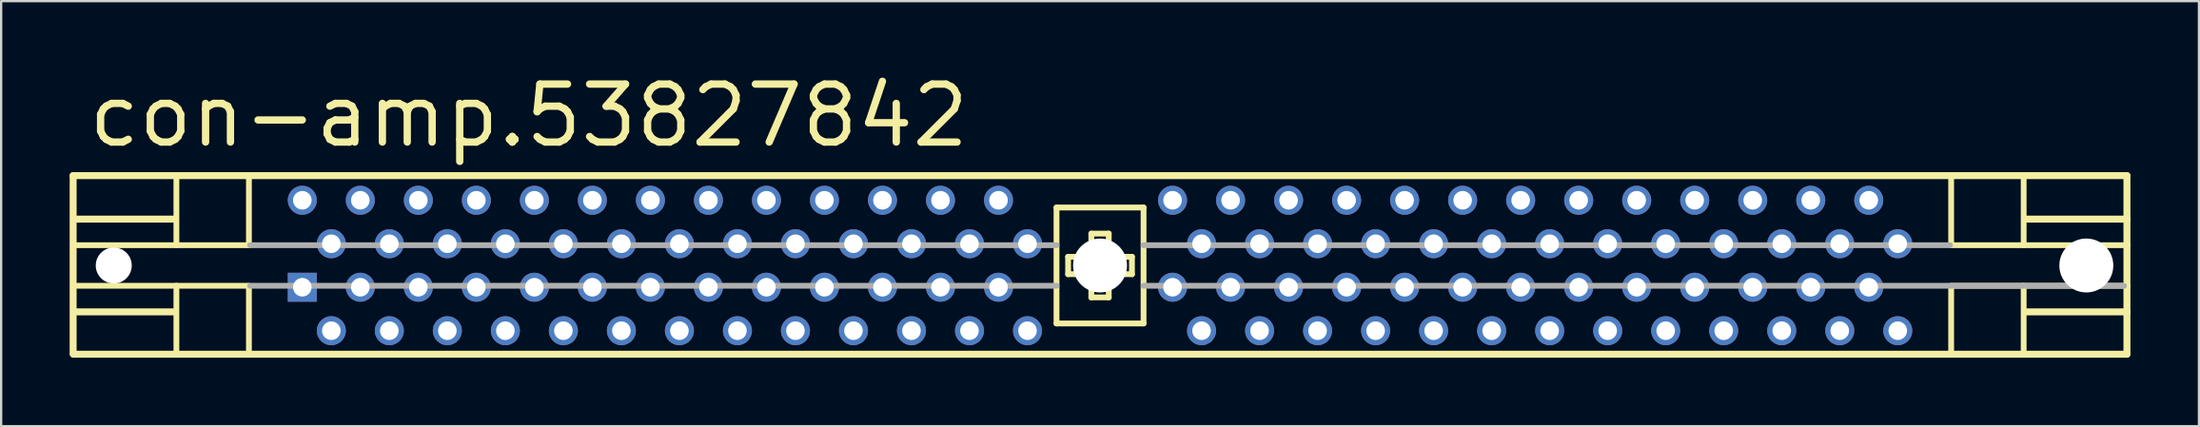
<source format=kicad_pcb>
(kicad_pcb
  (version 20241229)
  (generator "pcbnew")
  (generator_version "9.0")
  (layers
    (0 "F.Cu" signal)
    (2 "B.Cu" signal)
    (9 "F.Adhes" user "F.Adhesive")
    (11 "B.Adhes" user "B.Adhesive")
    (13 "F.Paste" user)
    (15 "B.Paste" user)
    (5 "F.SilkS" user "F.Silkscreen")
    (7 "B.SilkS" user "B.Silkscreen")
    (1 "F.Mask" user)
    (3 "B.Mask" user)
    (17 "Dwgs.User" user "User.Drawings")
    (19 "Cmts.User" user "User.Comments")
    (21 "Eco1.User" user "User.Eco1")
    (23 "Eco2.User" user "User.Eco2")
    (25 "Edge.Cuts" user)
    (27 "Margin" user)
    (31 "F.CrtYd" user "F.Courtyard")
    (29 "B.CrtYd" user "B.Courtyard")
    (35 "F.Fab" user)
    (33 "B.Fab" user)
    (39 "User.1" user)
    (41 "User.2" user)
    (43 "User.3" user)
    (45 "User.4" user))
  (footprint "con-amp.53827842"
    (layer "F.Cu")
    (at 45.11 8.58)
    (property "Reference" "con-amp.53827842" (at -44.45 -5.08 0) (layer "F.SilkS") (effects (font (size 2.54 2.54) (thickness 0.32)) (justify left bottom)))
    (attr through_hole)
    (fp_line (start -44.958 -3.937) (end -44.958 3.81) (stroke (width 0.305) (type default)) (layer "F.SilkS"))
    (fp_line (start -44.958 -3.937) (end 44.958 -3.937) (stroke (width 0.305) (type default)) (layer "F.SilkS"))
    (fp_line (start -44.958 -0.889) (end -37.338 -0.889) (stroke (width 0.254) (type default)) (layer "F.SilkS"))
    (fp_line (start -44.958 0.889) (end -37.338 0.889) (stroke (width 0.254) (type default)) (layer "F.SilkS"))
    (fp_line (start -44.831 -2.032) (end -40.513 -2.032) (stroke (width 0.305) (type default)) (layer "F.SilkS"))
    (fp_line (start -44.831 2.032) (end -40.513 2.032) (stroke (width 0.305) (type default)) (layer "F.SilkS"))
    (fp_line (start -40.437 -3.861) (end -40.437 -0.889) (stroke (width 0.254) (type default)) (layer "F.SilkS"))
    (fp_line (start -40.437 0.889) (end -40.437 3.81) (stroke (width 0.254) (type default)) (layer "F.SilkS"))
    (fp_line (start -37.262 -3.861) (end -37.262 -0.889) (stroke (width 0.254) (type default)) (layer "F.SilkS"))
    (fp_line (start -37.262 0.889) (end -37.262 3.81) (stroke (width 0.254) (type default)) (layer "F.SilkS"))
    (fp_line (start -1.905 -2.54) (end -1.905 2.54) (stroke (width 0.254) (type default)) (layer "F.SilkS"))
    (fp_line (start -1.905 2.54) (end 1.905 2.54) (stroke (width 0.254) (type default)) (layer "F.SilkS"))
    (fp_line (start -1.397 -0.381) (end -1.397 0.381) (stroke (width 0.254) (type default)) (layer "F.SilkS"))
    (fp_line (start -1.397 0.381) (end -0.381 0.381) (stroke (width 0.254) (type default)) (layer "F.SilkS"))
    (fp_line (start -0.381 -1.397) (end -0.381 -0.381) (stroke (width 0.254) (type default)) (layer "F.SilkS"))
    (fp_line (start -0.381 -0.381) (end -1.397 -0.381) (stroke (width 0.254) (type default)) (layer "F.SilkS"))
    (fp_line (start -0.381 0.381) (end -0.381 1.397) (stroke (width 0.254) (type default)) (layer "F.SilkS"))
    (fp_line (start -0.381 1.397) (end 0.381 1.397) (stroke (width 0.254) (type default)) (layer "F.SilkS"))
    (fp_line (start 0.381 -1.397) (end -0.381 -1.397) (stroke (width 0.254) (type default)) (layer "F.SilkS"))
    (fp_line (start 0.381 -0.381) (end 0.381 -1.397) (stroke (width 0.254) (type default)) (layer "F.SilkS"))
    (fp_line (start 0.381 0.381) (end 1.397 0.381) (stroke (width 0.254) (type default)) (layer "F.SilkS"))
    (fp_line (start 0.381 1.397) (end 0.381 0.381) (stroke (width 0.254) (type default)) (layer "F.SilkS"))
    (fp_line (start 1.397 -0.381) (end 0.381 -0.381) (stroke (width 0.254) (type default)) (layer "F.SilkS"))
    (fp_line (start 1.397 0.381) (end 1.397 -0.381) (stroke (width 0.254) (type default)) (layer "F.SilkS"))
    (fp_line (start 1.905 -2.54) (end -1.905 -2.54) (stroke (width 0.254) (type default)) (layer "F.SilkS"))
    (fp_line (start 1.905 2.54) (end 1.905 -2.54) (stroke (width 0.254) (type default)) (layer "F.SilkS"))
    (fp_line (start 37.262 -3.861) (end 37.262 -0.889) (stroke (width 0.254) (type default)) (layer "F.SilkS"))
    (fp_line (start 37.262 0.889) (end 37.262 3.81) (stroke (width 0.254) (type default)) (layer "F.SilkS"))
    (fp_line (start 40.437 -3.861) (end 40.437 -0.889) (stroke (width 0.254) (type default)) (layer "F.SilkS"))
    (fp_line (start 40.437 0.889) (end 40.437 3.81) (stroke (width 0.254) (type default)) (layer "F.SilkS"))
    (fp_line (start 44.958 -3.937) (end 44.958 -2.032) (stroke (width 0.305) (type default)) (layer "F.SilkS"))
    (fp_line (start 44.958 -2.032) (end 40.513 -2.032) (stroke (width 0.305) (type default)) (layer "F.SilkS"))
    (fp_line (start 44.958 -2.032) (end 44.958 -0.889) (stroke (width 0.305) (type default)) (layer "F.SilkS"))
    (fp_line (start 44.958 -0.889) (end 37.338 -0.889) (stroke (width 0.254) (type default)) (layer "F.SilkS"))
    (fp_line (start 44.958 -0.889) (end 44.958 0.889) (stroke (width 0.305) (type default)) (layer "F.SilkS"))
    (fp_line (start 44.958 0.889) (end 37.338 0.889) (stroke (width 0.254) (type default)) (layer "F.SilkS"))
    (fp_line (start 44.958 0.889) (end 44.958 2.032) (stroke (width 0.305) (type default)) (layer "F.SilkS"))
    (fp_line (start 44.958 2.032) (end 40.513 2.032) (stroke (width 0.305) (type default)) (layer "F.SilkS"))
    (fp_line (start 44.958 2.032) (end 44.958 3.886) (stroke (width 0.305) (type default)) (layer "F.SilkS"))
    (fp_line (start 44.958 3.886) (end -44.958 3.886) (stroke (width 0.305) (type default)) (layer "F.SilkS"))
    (fp_line (start -37.211 -0.889) (end -1.905 -0.889) (stroke (width 0.254) (type default)) (layer "F.Fab"))
    (fp_line (start -37.211 0.889) (end -1.905 0.889) (stroke (width 0.254) (type default)) (layer "F.Fab"))
    (fp_line (start 1.905 -0.889) (end 37.211 -0.889) (stroke (width 0.254) (type default)) (layer "F.Fab"))
    (fp_line (start 1.905 0.889) (end 44.831 0.889) (stroke (width 0.254) (type default)) (layer "F.Fab"))
    (pad "" np_thru_hole circle (at -43.18 0) (size 1.575 1.575) (drill 1.575) (layers "*.Cu" "*.Mask"))
    (pad "" np_thru_hole circle (at 0 0) (size 2.362 2.362) (drill 2.362) (layers "*.Cu" "*.Mask"))
    (pad "" np_thru_hole circle (at 43.18 0) (size 2.362 2.362) (drill 2.362) (layers "*.Cu" "*.Mask"))
    (pad "1" thru_hole rect (at -34.925 0.953) (size 1.27 1.27) (drill 0.813) (layers "*.Cu" "*.Mask"))
    (pad "2" thru_hole circle (at -33.655 2.857) (size 1.27 1.27) (drill 0.813) (layers "*.Cu" "*.Mask"))
    (pad "3" thru_hole circle (at -32.385 0.953) (size 1.27 1.27) (drill 0.813) (layers "*.Cu" "*.Mask"))
    (pad "4" thru_hole circle (at -31.115 2.857) (size 1.27 1.27) (drill 0.813) (layers "*.Cu" "*.Mask"))
    (pad "5" thru_hole circle (at -29.845 0.953) (size 1.27 1.27) (drill 0.813) (layers "*.Cu" "*.Mask"))
    (pad "6" thru_hole circle (at -28.575 2.857) (size 1.27 1.27) (drill 0.813) (layers "*.Cu" "*.Mask"))
    (pad "7" thru_hole circle (at -27.305 0.953) (size 1.27 1.27) (drill 0.813) (layers "*.Cu" "*.Mask"))
    (pad "8" thru_hole circle (at -26.035 2.857) (size 1.27 1.27) (drill 0.813) (layers "*.Cu" "*.Mask"))
    (pad "9" thru_hole circle (at -24.765 0.953) (size 1.27 1.27) (drill 0.813) (layers "*.Cu" "*.Mask"))
    (pad "10" thru_hole circle (at -23.495 2.857) (size 1.27 1.27) (drill 0.813) (layers "*.Cu" "*.Mask"))
    (pad "11" thru_hole circle (at -22.225 0.953) (size 1.27 1.27) (drill 0.813) (layers "*.Cu" "*.Mask"))
    (pad "12" thru_hole circle (at -20.955 2.857) (size 1.27 1.27) (drill 0.813) (layers "*.Cu" "*.Mask"))
    (pad "13" thru_hole circle (at -19.685 0.953) (size 1.27 1.27) (drill 0.813) (layers "*.Cu" "*.Mask"))
    (pad "14" thru_hole circle (at -18.415 2.857) (size 1.27 1.27) (drill 0.813) (layers "*.Cu" "*.Mask"))
    (pad "15" thru_hole circle (at -17.145 0.953) (size 1.27 1.27) (drill 0.813) (layers "*.Cu" "*.Mask"))
    (pad "16" thru_hole circle (at -15.875 2.857) (size 1.27 1.27) (drill 0.813) (layers "*.Cu" "*.Mask"))
    (pad "17" thru_hole circle (at -14.605 0.953) (size 1.27 1.27) (drill 0.813) (layers "*.Cu" "*.Mask"))
    (pad "18" thru_hole circle (at -13.335 2.857) (size 1.27 1.27) (drill 0.813) (layers "*.Cu" "*.Mask"))
    (pad "19" thru_hole circle (at -12.065 0.953) (size 1.27 1.27) (drill 0.813) (layers "*.Cu" "*.Mask"))
    (pad "20" thru_hole circle (at -10.795 2.857) (size 1.27 1.27) (drill 0.813) (layers "*.Cu" "*.Mask"))
    (pad "21" thru_hole circle (at -9.525 0.953) (size 1.27 1.27) (drill 0.813) (layers "*.Cu" "*.Mask"))
    (pad "22" thru_hole circle (at -8.255 2.857) (size 1.27 1.27) (drill 0.813) (layers "*.Cu" "*.Mask"))
    (pad "23" thru_hole circle (at -6.985 0.953) (size 1.27 1.27) (drill 0.813) (layers "*.Cu" "*.Mask"))
    (pad "24" thru_hole circle (at -5.715 2.857) (size 1.27 1.27) (drill 0.813) (layers "*.Cu" "*.Mask"))
    (pad "25" thru_hole circle (at -4.445 0.953) (size 1.27 1.27) (drill 0.813) (layers "*.Cu" "*.Mask"))
    (pad "26" thru_hole circle (at -3.175 2.857) (size 1.27 1.27) (drill 0.813) (layers "*.Cu" "*.Mask"))
    (pad "27" thru_hole circle (at 3.175 0.953) (size 1.27 1.27) (drill 0.813) (layers "*.Cu" "*.Mask"))
    (pad "28" thru_hole circle (at 4.445 2.857) (size 1.27 1.27) (drill 0.813) (layers "*.Cu" "*.Mask"))
    (pad "29" thru_hole circle (at 5.715 0.953) (size 1.27 1.27) (drill 0.813) (layers "*.Cu" "*.Mask"))
    (pad "30" thru_hole circle (at 6.985 2.857) (size 1.27 1.27) (drill 0.813) (layers "*.Cu" "*.Mask"))
    (pad "31" thru_hole circle (at 8.255 0.953) (size 1.27 1.27) (drill 0.813) (layers "*.Cu" "*.Mask"))
    (pad "32" thru_hole circle (at 9.525 2.857) (size 1.27 1.27) (drill 0.813) (layers "*.Cu" "*.Mask"))
    (pad "33" thru_hole circle (at 10.795 0.953) (size 1.27 1.27) (drill 0.813) (layers "*.Cu" "*.Mask"))
    (pad "34" thru_hole circle (at 12.065 2.857) (size 1.27 1.27) (drill 0.813) (layers "*.Cu" "*.Mask"))
    (pad "35" thru_hole circle (at 13.335 0.953) (size 1.27 1.27) (drill 0.813) (layers "*.Cu" "*.Mask"))
    (pad "36" thru_hole circle (at 14.605 2.857) (size 1.27 1.27) (drill 0.813) (layers "*.Cu" "*.Mask"))
    (pad "37" thru_hole circle (at 15.875 0.953) (size 1.27 1.27) (drill 0.813) (layers "*.Cu" "*.Mask"))
    (pad "38" thru_hole circle (at 17.145 2.857) (size 1.27 1.27) (drill 0.813) (layers "*.Cu" "*.Mask"))
    (pad "39" thru_hole circle (at 18.415 0.953) (size 1.27 1.27) (drill 0.813) (layers "*.Cu" "*.Mask"))
    (pad "40" thru_hole circle (at 19.685 2.857) (size 1.27 1.27) (drill 0.813) (layers "*.Cu" "*.Mask"))
    (pad "41" thru_hole circle (at 20.955 0.953) (size 1.27 1.27) (drill 0.813) (layers "*.Cu" "*.Mask"))
    (pad "42" thru_hole circle (at 22.225 2.857) (size 1.27 1.27) (drill 0.813) (layers "*.Cu" "*.Mask"))
    (pad "43" thru_hole circle (at 23.495 0.953) (size 1.27 1.27) (drill 0.813) (layers "*.Cu" "*.Mask"))
    (pad "44" thru_hole circle (at 24.765 2.857) (size 1.27 1.27) (drill 0.813) (layers "*.Cu" "*.Mask"))
    (pad "45" thru_hole circle (at 26.035 0.953) (size 1.27 1.27) (drill 0.813) (layers "*.Cu" "*.Mask"))
    (pad "46" thru_hole circle (at 27.305 2.857) (size 1.27 1.27) (drill 0.813) (layers "*.Cu" "*.Mask"))
    (pad "47" thru_hole circle (at 28.575 0.953) (size 1.27 1.27) (drill 0.813) (layers "*.Cu" "*.Mask"))
    (pad "48" thru_hole circle (at 29.845 2.857) (size 1.27 1.27) (drill 0.813) (layers "*.Cu" "*.Mask"))
    (pad "49" thru_hole circle (at 31.115 0.953) (size 1.27 1.27) (drill 0.813) (layers "*.Cu" "*.Mask"))
    (pad "50" thru_hole circle (at 32.385 2.857) (size 1.27 1.27) (drill 0.813) (layers "*.Cu" "*.Mask"))
    (pad "51" thru_hole circle (at 33.655 0.953) (size 1.27 1.27) (drill 0.813) (layers "*.Cu" "*.Mask"))
    (pad "52" thru_hole circle (at 34.925 2.857) (size 1.27 1.27) (drill 0.813) (layers "*.Cu" "*.Mask"))
    (pad "53" thru_hole circle (at -34.925 -2.857) (size 1.27 1.27) (drill 0.813) (layers "*.Cu" "*.Mask"))
    (pad "54" thru_hole circle (at -33.655 -0.953) (size 1.27 1.27) (drill 0.813) (layers "*.Cu" "*.Mask"))
    (pad "55" thru_hole circle (at -32.385 -2.857) (size 1.27 1.27) (drill 0.813) (layers "*.Cu" "*.Mask"))
    (pad "56" thru_hole circle (at -31.115 -0.953) (size 1.27 1.27) (drill 0.813) (layers "*.Cu" "*.Mask"))
    (pad "57" thru_hole circle (at -29.845 -2.857) (size 1.27 1.27) (drill 0.813) (layers "*.Cu" "*.Mask"))
    (pad "58" thru_hole circle (at -28.575 -0.953) (size 1.27 1.27) (drill 0.813) (layers "*.Cu" "*.Mask"))
    (pad "59" thru_hole circle (at -27.305 -2.857) (size 1.27 1.27) (drill 0.813) (layers "*.Cu" "*.Mask"))
    (pad "60" thru_hole circle (at -26.035 -0.953) (size 1.27 1.27) (drill 0.813) (layers "*.Cu" "*.Mask"))
    (pad "61" thru_hole circle (at -24.765 -2.857) (size 1.27 1.27) (drill 0.813) (layers "*.Cu" "*.Mask"))
    (pad "62" thru_hole circle (at -23.495 -0.953) (size 1.27 1.27) (drill 0.813) (layers "*.Cu" "*.Mask"))
    (pad "63" thru_hole circle (at -22.225 -2.857) (size 1.27 1.27) (drill 0.813) (layers "*.Cu" "*.Mask"))
    (pad "64" thru_hole circle (at -20.955 -0.953) (size 1.27 1.27) (drill 0.813) (layers "*.Cu" "*.Mask"))
    (pad "65" thru_hole circle (at -19.685 -2.857) (size 1.27 1.27) (drill 0.813) (layers "*.Cu" "*.Mask"))
    (pad "66" thru_hole circle (at -18.415 -0.953) (size 1.27 1.27) (drill 0.813) (layers "*.Cu" "*.Mask"))
    (pad "67" thru_hole circle (at -17.145 -2.857) (size 1.27 1.27) (drill 0.813) (layers "*.Cu" "*.Mask"))
    (pad "68" thru_hole circle (at -15.875 -0.953) (size 1.27 1.27) (drill 0.813) (layers "*.Cu" "*.Mask"))
    (pad "69" thru_hole circle (at -14.605 -2.857) (size 1.27 1.27) (drill 0.813) (layers "*.Cu" "*.Mask"))
    (pad "70" thru_hole circle (at -13.335 -0.953) (size 1.27 1.27) (drill 0.813) (layers "*.Cu" "*.Mask"))
    (pad "71" thru_hole circle (at -12.065 -2.857) (size 1.27 1.27) (drill 0.813) (layers "*.Cu" "*.Mask"))
    (pad "72" thru_hole circle (at -10.795 -0.953) (size 1.27 1.27) (drill 0.813) (layers "*.Cu" "*.Mask"))
    (pad "73" thru_hole circle (at -9.525 -2.857) (size 1.27 1.27) (drill 0.813) (layers "*.Cu" "*.Mask"))
    (pad "74" thru_hole circle (at -8.255 -0.953) (size 1.27 1.27) (drill 0.813) (layers "*.Cu" "*.Mask"))
    (pad "75" thru_hole circle (at -6.985 -2.857) (size 1.27 1.27) (drill 0.813) (layers "*.Cu" "*.Mask"))
    (pad "76" thru_hole circle (at -5.715 -0.953) (size 1.27 1.27) (drill 0.813) (layers "*.Cu" "*.Mask"))
    (pad "77" thru_hole circle (at -4.445 -2.857) (size 1.27 1.27) (drill 0.813) (layers "*.Cu" "*.Mask"))
    (pad "78" thru_hole circle (at -3.175 -0.953) (size 1.27 1.27) (drill 0.813) (layers "*.Cu" "*.Mask"))
    (pad "79" thru_hole circle (at 3.175 -2.857) (size 1.27 1.27) (drill 0.813) (layers "*.Cu" "*.Mask"))
    (pad "80" thru_hole circle (at 4.445 -0.953) (size 1.27 1.27) (drill 0.813) (layers "*.Cu" "*.Mask"))
    (pad "81" thru_hole circle (at 5.715 -2.857) (size 1.27 1.27) (drill 0.813) (layers "*.Cu" "*.Mask"))
    (pad "82" thru_hole circle (at 6.985 -0.953) (size 1.27 1.27) (drill 0.813) (layers "*.Cu" "*.Mask"))
    (pad "83" thru_hole circle (at 8.255 -2.857) (size 1.27 1.27) (drill 0.813) (layers "*.Cu" "*.Mask"))
    (pad "84" thru_hole circle (at 9.525 -0.953) (size 1.27 1.27) (drill 0.813) (layers "*.Cu" "*.Mask"))
    (pad "85" thru_hole circle (at 10.795 -2.857) (size 1.27 1.27) (drill 0.813) (layers "*.Cu" "*.Mask"))
    (pad "86" thru_hole circle (at 12.065 -0.953) (size 1.27 1.27) (drill 0.813) (layers "*.Cu" "*.Mask"))
    (pad "87" thru_hole circle (at 13.335 -2.857) (size 1.27 1.27) (drill 0.813) (layers "*.Cu" "*.Mask"))
    (pad "88" thru_hole circle (at 14.605 -0.953) (size 1.27 1.27) (drill 0.813) (layers "*.Cu" "*.Mask"))
    (pad "89" thru_hole circle (at 15.875 -2.857) (size 1.27 1.27) (drill 0.813) (layers "*.Cu" "*.Mask"))
    (pad "90" thru_hole circle (at 17.145 -0.953) (size 1.27 1.27) (drill 0.813) (layers "*.Cu" "*.Mask"))
    (pad "91" thru_hole circle (at 18.415 -2.857) (size 1.27 1.27) (drill 0.813) (layers "*.Cu" "*.Mask"))
    (pad "92" thru_hole circle (at 19.685 -0.953) (size 1.27 1.27) (drill 0.813) (layers "*.Cu" "*.Mask"))
    (pad "93" thru_hole circle (at 20.955 -2.857) (size 1.27 1.27) (drill 0.813) (layers "*.Cu" "*.Mask"))
    (pad "94" thru_hole circle (at 22.225 -0.953) (size 1.27 1.27) (drill 0.813) (layers "*.Cu" "*.Mask"))
    (pad "95" thru_hole circle (at 23.495 -2.857) (size 1.27 1.27) (drill 0.813) (layers "*.Cu" "*.Mask"))
    (pad "96" thru_hole circle (at 24.765 -0.953) (size 1.27 1.27) (drill 0.813) (layers "*.Cu" "*.Mask"))
    (pad "97" thru_hole circle (at 26.035 -2.857) (size 1.27 1.27) (drill 0.813) (layers "*.Cu" "*.Mask"))
    (pad "98" thru_hole circle (at 27.305 -0.953) (size 1.27 1.27) (drill 0.813) (layers "*.Cu" "*.Mask"))
    (pad "99" thru_hole circle (at 28.575 -2.857) (size 1.27 1.27) (drill 0.813) (layers "*.Cu" "*.Mask"))
    (pad "100" thru_hole circle (at 29.845 -0.953) (size 1.27 1.27) (drill 0.813) (layers "*.Cu" "*.Mask"))
    (pad "101" thru_hole circle (at 31.115 -2.857) (size 1.27 1.27) (drill 0.813) (layers "*.Cu" "*.Mask"))
    (pad "102" thru_hole circle (at 32.385 -0.953) (size 1.27 1.27) (drill 0.813) (layers "*.Cu" "*.Mask"))
    (pad "103" thru_hole circle (at 33.655 -2.857) (size 1.27 1.27) (drill 0.813) (layers "*.Cu" "*.Mask"))
    (pad "104" thru_hole circle (at 34.925 -0.953) (size 1.27 1.27) (drill 0.813) (layers "*.Cu" "*.Mask")))
  (gr_rect
    (start -3 -3)
    (end 93.221 15.619)
    (stroke (width 0.1) (type default))
    (fill no)
    (layer "Edge.Cuts")))
</source>
